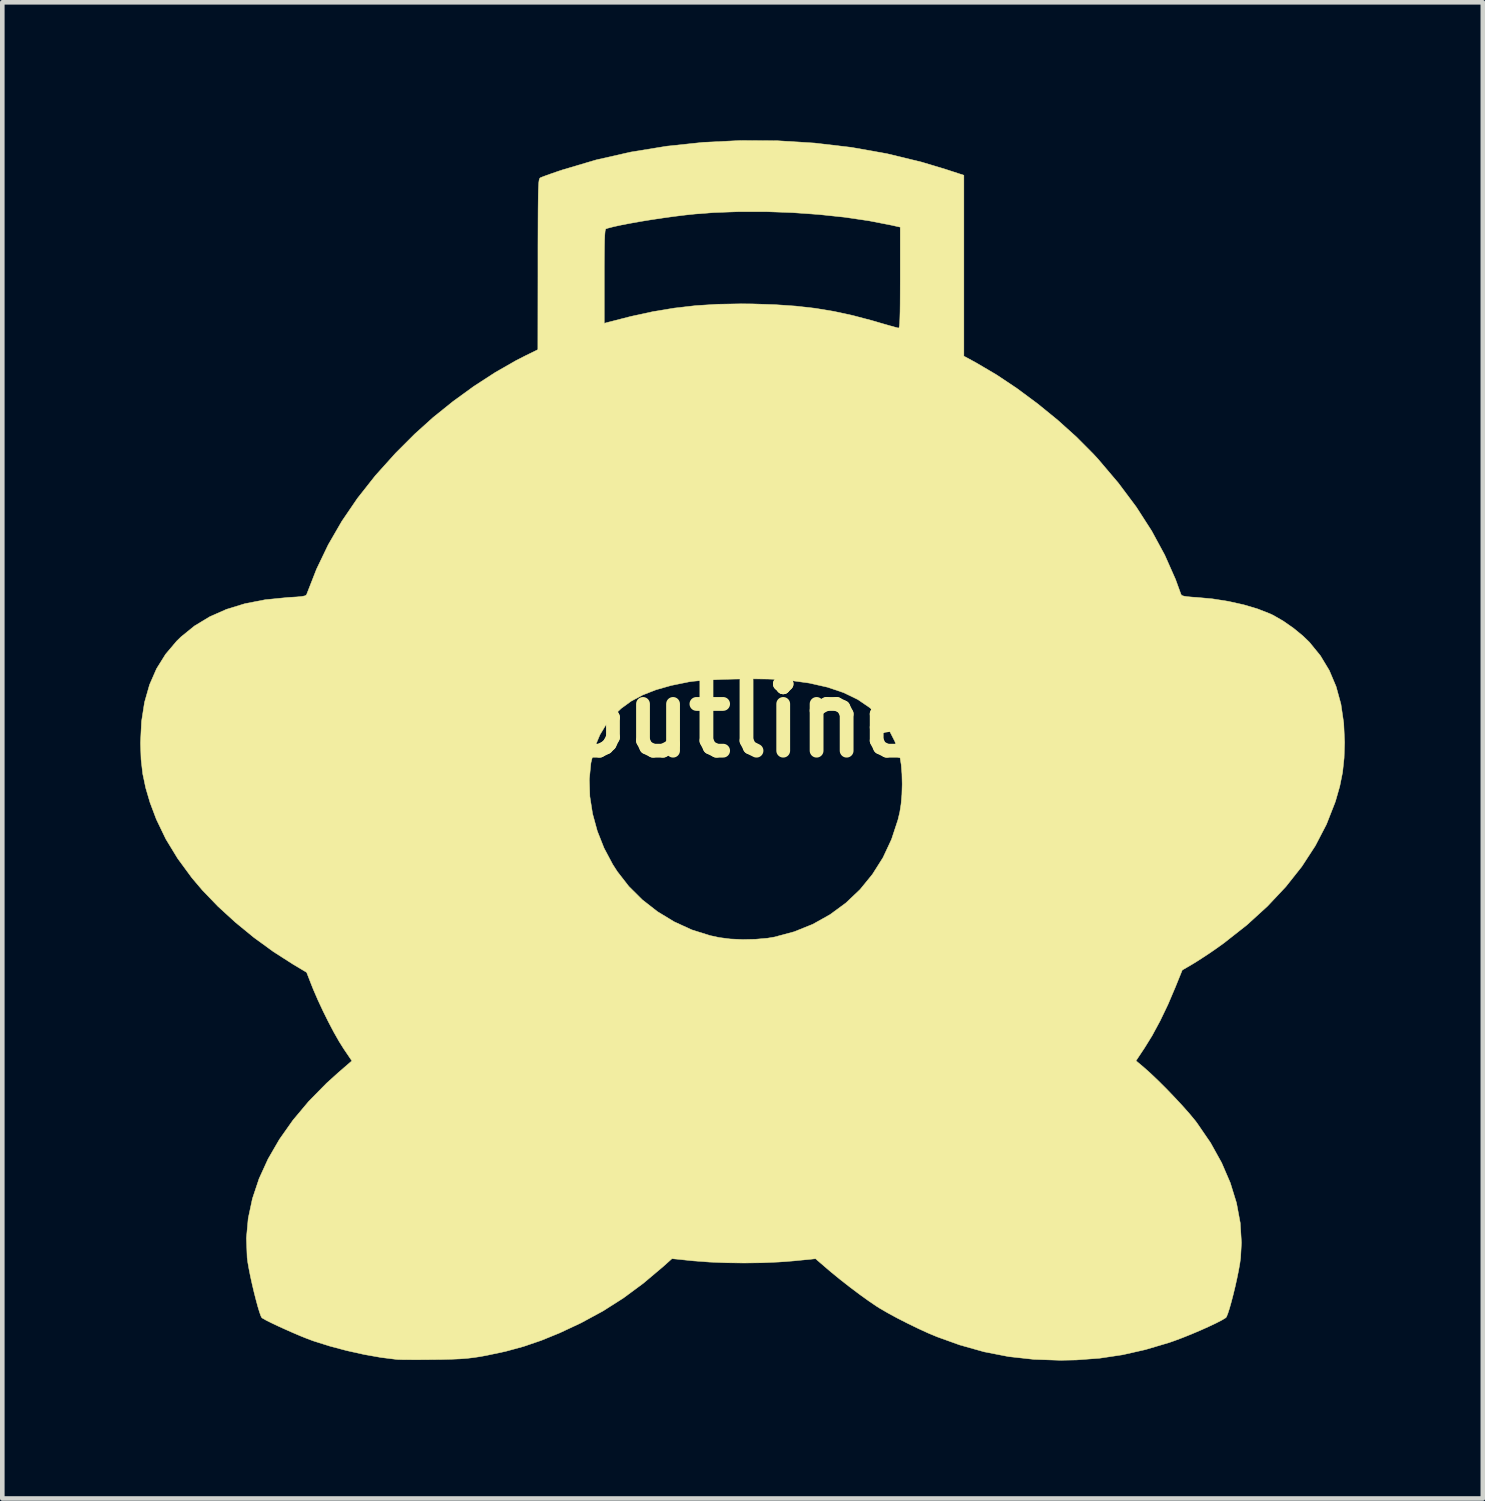
<source format=kicad_pcb>
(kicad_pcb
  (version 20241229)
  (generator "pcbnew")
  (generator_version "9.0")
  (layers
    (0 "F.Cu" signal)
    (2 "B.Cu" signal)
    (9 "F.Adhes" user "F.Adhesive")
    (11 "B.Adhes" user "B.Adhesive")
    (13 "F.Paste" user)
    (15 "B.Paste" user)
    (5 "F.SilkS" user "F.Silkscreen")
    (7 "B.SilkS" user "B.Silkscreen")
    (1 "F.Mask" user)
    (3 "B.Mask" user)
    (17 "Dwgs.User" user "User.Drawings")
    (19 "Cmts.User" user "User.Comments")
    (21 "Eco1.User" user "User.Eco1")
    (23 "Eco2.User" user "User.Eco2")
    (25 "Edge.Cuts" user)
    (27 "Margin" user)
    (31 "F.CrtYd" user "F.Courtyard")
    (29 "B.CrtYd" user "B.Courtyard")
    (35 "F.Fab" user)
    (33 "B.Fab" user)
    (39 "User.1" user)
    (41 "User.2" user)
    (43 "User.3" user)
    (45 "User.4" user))
  (footprint "outline"
    (layer "F.Cu")
    (at 13.106 12.58)
    (property "Reference" "outline" (at 0 0 0) (layer "F.SilkS") (effects (font (size 1.524 1.524) (thickness 0.3))))
    (attr through_hole)
    (fp_poly (pts (xy 0.749 -12.57) (xy 1.554 -12.52) (xy 2.349 -12.427) (xy 3.126 -12.289) (xy 3.881 -12.106) (xy 4.396 -11.951) (xy 4.798 -11.82) (xy 4.798 -7.888) (xy 5.058 -7.747) (xy 5.5 -7.487) (xy 5.952 -7.186) (xy 6.401 -6.853) (xy 6.837 -6.498) (xy 7.245 -6.131) (xy 7.613 -5.761) (xy 7.716 -5.649) (xy 8.158 -5.128) (xy 8.546 -4.609) (xy 8.881 -4.088) (xy 9.165 -3.564) (xy 9.4 -3.034) (xy 9.519 -2.707) (xy 9.536 -2.686) (xy 9.579 -2.671) (xy 9.655 -2.659) (xy 9.774 -2.648) (xy 9.858 -2.643) (xy 10.206 -2.611) (xy 10.552 -2.556) (xy 10.885 -2.482) (xy 11.192 -2.39) (xy 11.459 -2.285) (xy 11.528 -2.252) (xy 11.741 -2.129) (xy 11.962 -1.975) (xy 12.168 -1.806) (xy 12.309 -1.67) (xy 12.548 -1.377) (xy 12.742 -1.056) (xy 12.89 -0.706) (xy 12.995 -0.324) (xy 13.056 0.091) (xy 13.075 0.508) (xy 13.064 0.849) (xy 13.031 1.16) (xy 12.97 1.463) (xy 12.879 1.781) (xy 12.866 1.819) (xy 12.68 2.293) (xy 12.439 2.756) (xy 12.145 3.208) (xy 11.797 3.647) (xy 11.398 4.071) (xy 10.948 4.481) (xy 10.448 4.874) (xy 10.266 5.004) (xy 10.128 5.099) (xy 9.983 5.194) (xy 9.849 5.28) (xy 9.754 5.338) (xy 9.546 5.459) (xy 9.397 5.827) (xy 9.236 6.206) (xy 9.065 6.562) (xy 8.891 6.884) (xy 8.728 7.148) (xy 8.54 7.431) (xy 8.708 7.572) (xy 8.855 7.703) (xy 9.023 7.863) (xy 9.202 8.041) (xy 9.382 8.229) (xy 9.554 8.414) (xy 9.707 8.587) (xy 9.831 8.737) (xy 9.867 8.785) (xy 10.161 9.214) (xy 10.402 9.648) (xy 10.59 10.084) (xy 10.725 10.521) (xy 10.806 10.955) (xy 10.832 11.385) (xy 10.814 11.717) (xy 10.797 11.841) (xy 10.77 11.992) (xy 10.736 12.16) (xy 10.697 12.336) (xy 10.655 12.509) (xy 10.613 12.671) (xy 10.573 12.813) (xy 10.537 12.924) (xy 10.508 12.996) (xy 10.493 13.017) (xy 10.407 13.069) (xy 10.279 13.135) (xy 10.12 13.21) (xy 9.94 13.291) (xy 9.749 13.372) (xy 9.56 13.448) (xy 9.382 13.515) (xy 9.259 13.558) (xy 8.742 13.711) (xy 8.246 13.823) (xy 7.751 13.897) (xy 7.243 13.935) (xy 6.892 13.942) (xy 6.319 13.922) (xy 5.773 13.862) (xy 5.239 13.758) (xy 4.706 13.608) (xy 4.219 13.433) (xy 4.027 13.353) (xy 3.809 13.253) (xy 3.58 13.142) (xy 3.354 13.027) (xy 3.146 12.914) (xy 2.97 12.812) (xy 2.909 12.774) (xy 2.735 12.656) (xy 2.533 12.511) (xy 2.319 12.35) (xy 2.107 12.184) (xy 1.912 12.025) (xy 1.824 11.95) (xy 1.573 11.734) (xy 1.104 11.781) (xy 0.774 11.806) (xy 0.407 11.822) (xy 0.021 11.827) (xy -0.365 11.822) (xy -0.733 11.807) (xy -1.065 11.782) (xy -1.078 11.781) (xy -1.548 11.733) (xy -1.741 11.906) (xy -2.174 12.271) (xy -2.606 12.59) (xy -3.051 12.873) (xy -3.522 13.128) (xy -3.57 13.151) (xy -3.991 13.348) (xy -4.388 13.51) (xy -4.775 13.642) (xy -5.167 13.749) (xy -5.582 13.837) (xy -5.713 13.861) (xy -5.851 13.882) (xy -5.992 13.899) (xy -6.147 13.911) (xy -6.328 13.919) (xy -6.546 13.925) (xy -6.731 13.927) (xy -6.929 13.929) (xy -7.115 13.93) (xy -7.28 13.929) (xy -7.413 13.928) (xy -7.505 13.925) (xy -7.535 13.923) (xy -7.872 13.881) (xy -8.239 13.816) (xy -8.618 13.732) (xy -8.99 13.633) (xy -9.336 13.524) (xy -9.356 13.517) (xy -9.477 13.472) (xy -9.624 13.413) (xy -9.786 13.344) (xy -9.953 13.27) (xy -10.114 13.197) (xy -10.257 13.129) (xy -10.373 13.071) (xy -10.45 13.027) (xy -10.463 13.019) (xy -10.484 12.981) (xy -10.514 12.897) (xy -10.551 12.776) (xy -10.591 12.628) (xy -10.633 12.463) (xy -10.674 12.289) (xy -10.712 12.117) (xy -10.744 11.955) (xy -10.769 11.814) (xy -10.783 11.712) (xy -10.799 11.287) (xy -10.76 10.858) (xy -10.668 10.426) (xy -10.524 9.994) (xy -10.328 9.565) (xy -10.082 9.14) (xy -9.788 8.723) (xy -9.446 8.315) (xy -9.057 7.919) (xy -8.791 7.679) (xy -8.506 7.433) (xy -8.686 7.167) (xy -8.785 7.009) (xy -8.897 6.812) (xy -9.015 6.588) (xy -9.133 6.35) (xy -9.244 6.112) (xy -9.342 5.886) (xy -9.384 5.781) (xy -9.49 5.509) (xy -9.785 5.333) (xy -10.214 5.058) (xy -10.636 4.751) (xy -11.04 4.42) (xy -11.417 4.075) (xy -11.756 3.723) (xy -11.985 3.453) (xy -12.294 3.032) (xy -12.551 2.61) (xy -12.758 2.18) (xy -12.895 1.816) (xy -12.989 1.497) (xy -13.027 1.314) (xy -3.345 1.314) (xy -3.333 1.684) (xy -3.274 2.06) (xy -3.171 2.437) (xy -3.025 2.806) (xy -2.836 3.162) (xy -2.737 3.316) (xy -2.486 3.639) (xy -2.191 3.932) (xy -1.86 4.19) (xy -1.499 4.409) (xy -1.117 4.584) (xy -0.719 4.709) (xy -0.519 4.752) (xy -0.278 4.783) (xy -0.008 4.795) (xy 0.269 4.789) (xy 0.53 4.766) (xy 0.679 4.741) (xy 1.111 4.625) (xy 1.515 4.462) (xy 1.89 4.252) (xy 2.233 4) (xy 2.541 3.708) (xy 2.81 3.378) (xy 3.04 3.014) (xy 3.225 2.618) (xy 3.365 2.193) (xy 3.405 2.026) (xy 3.433 1.849) (xy 3.451 1.64) (xy 3.457 1.417) (xy 3.452 1.196) (xy 3.436 0.994) (xy 3.409 0.828) (xy 3.403 0.804) (xy 3.299 0.491) (xy 3.158 0.213) (xy 2.977 -0.031) (xy 2.756 -0.243) (xy 2.494 -0.422) (xy 2.187 -0.571) (xy 1.836 -0.69) (xy 1.438 -0.78) (xy 0.992 -0.842) (xy 0.924 -0.848) (xy 0.752 -0.86) (xy 0.543 -0.868) (xy 0.306 -0.871) (xy 0.052 -0.871) (xy -0.207 -0.867) (xy -0.46 -0.86) (xy -0.698 -0.849) (xy -0.909 -0.836) (xy -1.083 -0.82) (xy -1.185 -0.806) (xy -1.566 -0.728) (xy -1.897 -0.634) (xy -2.185 -0.521) (xy -2.435 -0.387) (xy -2.653 -0.228) (xy -2.816 -0.072) (xy -2.985 0.131) (xy -3.114 0.344) (xy -3.216 0.587) (xy -3.227 0.621) (xy -3.31 0.957) (xy -3.345 1.314) (xy -13.027 1.314) (xy -13.053 1.193) (xy -13.089 0.881) (xy -13.101 0.541) (xy -13.101 0.508) (xy -13.079 0.055) (xy -13.014 -0.362) (xy -12.905 -0.744) (xy -12.753 -1.092) (xy -12.556 -1.408) (xy -12.315 -1.693) (xy -12.223 -1.783) (xy -11.927 -2.023) (xy -11.598 -2.222) (xy -11.234 -2.383) (xy -10.833 -2.506) (xy -10.392 -2.592) (xy -9.911 -2.64) (xy -9.854 -2.644) (xy -9.703 -2.653) (xy -9.599 -2.663) (xy -9.535 -2.675) (xy -9.501 -2.691) (xy -9.49 -2.707) (xy -9.275 -3.257) (xy -9.021 -3.786) (xy -8.725 -4.298) (xy -8.385 -4.797) (xy -7.997 -5.289) (xy -7.558 -5.777) (xy -7.139 -6.196) (xy -6.739 -6.556) (xy -6.306 -6.904) (xy -5.853 -7.233) (xy -5.392 -7.532) (xy -4.936 -7.793) (xy -4.722 -7.902) (xy -4.463 -8.029) (xy -4.461 -9.621) (xy -3.02 -9.621) (xy -3.02 -8.601) (xy -2.956 -8.619) (xy -2.441 -8.751) (xy -1.958 -8.856) (xy -1.492 -8.933) (xy -1.03 -8.986) (xy -0.555 -9.016) (xy -0.052 -9.025) (xy 0.198 -9.023) (xy 0.69 -9.007) (xy 1.142 -8.976) (xy 1.566 -8.928) (xy 1.976 -8.86) (xy 2.386 -8.771) (xy 2.809 -8.659) (xy 2.921 -8.626) (xy 3.069 -8.583) (xy 3.199 -8.546) (xy 3.301 -8.518) (xy 3.364 -8.501) (xy 3.38 -8.498) (xy 3.389 -8.509) (xy 3.397 -8.545) (xy 3.403 -8.611) (xy 3.407 -8.712) (xy 3.411 -8.852) (xy 3.413 -9.034) (xy 3.414 -9.264) (xy 3.415 -9.545) (xy 3.415 -9.593) (xy 3.415 -10.692) (xy 3.224 -10.735) (xy 2.737 -10.83) (xy 2.208 -10.908) (xy 1.649 -10.967) (xy 1.073 -11.008) (xy 0.491 -11.029) (xy -0.083 -11.029) (xy -0.638 -11.009) (xy -1.044 -10.978) (xy -1.26 -10.955) (xy -1.496 -10.926) (xy -1.741 -10.892) (xy -1.989 -10.855) (xy -2.229 -10.816) (xy -2.453 -10.776) (xy -2.652 -10.738) (xy -2.817 -10.702) (xy -2.94 -10.67) (xy -2.985 -10.655) (xy -2.994 -10.639) (xy -3.002 -10.596) (xy -3.008 -10.522) (xy -3.013 -10.411) (xy -3.016 -10.261) (xy -3.018 -10.066) (xy -3.02 -9.823) (xy -3.02 -9.621) (xy -4.461 -9.621) (xy -4.461 -9.884) (xy -4.461 -10.253) (xy -4.46 -10.57) (xy -4.459 -10.838) (xy -4.458 -11.062) (xy -4.456 -11.247) (xy -4.454 -11.395) (xy -4.451 -11.511) (xy -4.447 -11.599) (xy -4.443 -11.663) (xy -4.437 -11.708) (xy -4.43 -11.737) (xy -4.421 -11.754) (xy -4.412 -11.764) (xy -4.406 -11.767) (xy -4.362 -11.785) (xy -4.274 -11.818) (xy -4.155 -11.86) (xy -4.013 -11.909) (xy -3.929 -11.937) (xy -3.199 -12.153) (xy -2.441 -12.325) (xy -1.66 -12.452) (xy -0.864 -12.536) (xy -0.059 -12.575) (xy 0.749 -12.57)) (stroke (width 0.01) (type solid)) (fill yes) (layer "F.SilkS")))
  (gr_rect
    (start -3 -3)
    (end 29.186 29.527)
    (stroke (width 0.1) (type default))
    (fill no)
    (layer "Edge.Cuts")))
</source>
